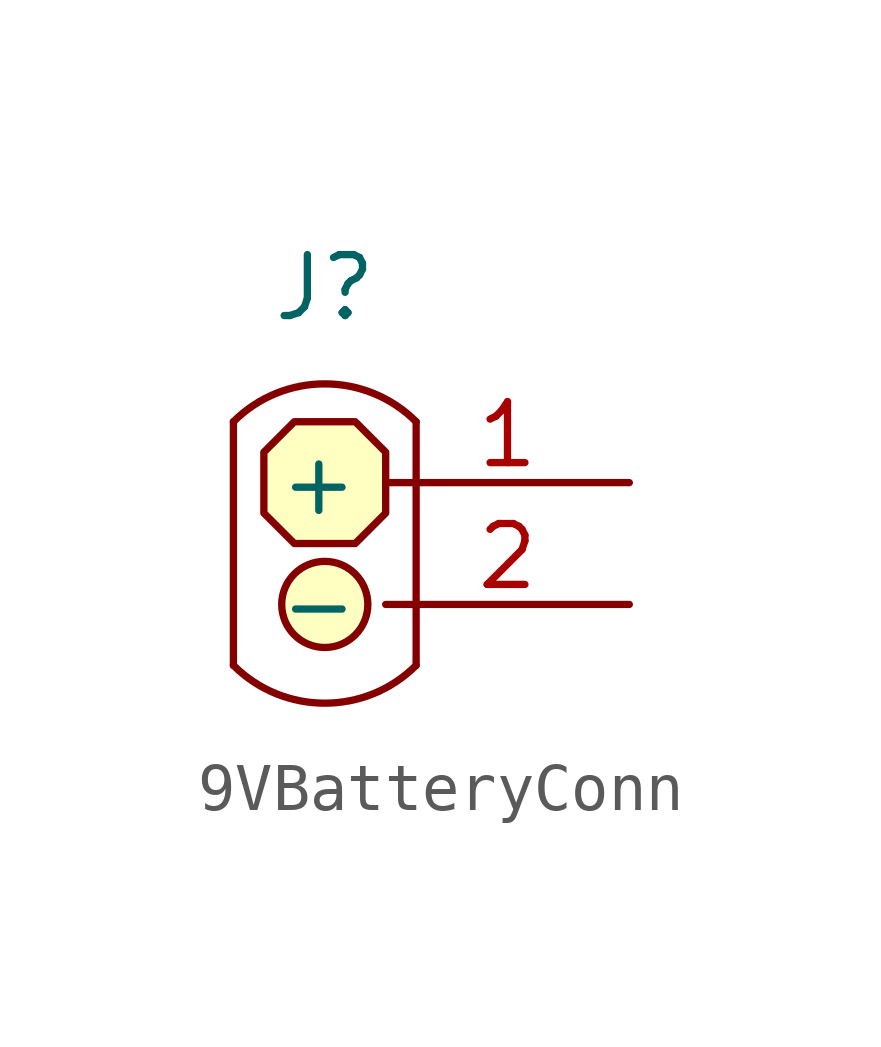
<source format=kicad_sym>
(kicad_symbol_lib
  (version 20220914)
  (generator kicad_symbol_editor)
  (symbol "9VBatteryConn"
    (property "Reference" "J"
      (at 0 5.334 0)
      (effects (font (size 1.27 1.27))))
    (property "Value" ""
      (at 0 3.175 0)
      (effects (font (size 1.27 1.27))))
    (symbol "9VBatteryConn_1_1"
      (arc (start -1.905 -2.54) (mid 0 -3.3291) (end 1.905 -2.54) (stroke (width 0) (type default)) (fill (type none)))
      (circle (center 0 -1.27) (radius 0.898) (stroke (width 0) (type default)) (fill (type background)))
      (polyline (pts (xy -1.905 2.54) (xy -1.905 -2.54)) (stroke (width 0) (type default)) (fill (type background)))
      (polyline (pts (xy 1.905 2.54) (xy 1.905 -2.54)) (stroke (width 0) (type default)) (fill (type background)))
      (polyline (pts (xy -1.27 1.905) (xy -1.27 0.635) (xy -0.635 0) (xy 0.635 0) (xy 1.27 0.635) (xy 1.27 1.905) (xy 0.635 2.54) (xy -0.635 2.54) (xy -1.27 1.905)) (stroke (width 0) (type default)) (fill (type background)))
      (arc (start 1.905 2.54) (mid 0 3.3291) (end -1.905 2.54) (stroke (width 0) (type default)) (fill (type none)))
      (pin passive line (at 6.35 1.27 180) (length 5.08) (name "+" (effects (font (size 1.27 1.27)))) (number "1" (effects (font (size 1.27 1.27)))))
      (pin passive line (at 6.35 -1.27 180) (length 5.08) (name "-" (effects (font (size 1.27 1.27)))) (number "2" (effects (font (size 1.27 1.27))))))))
</source>
